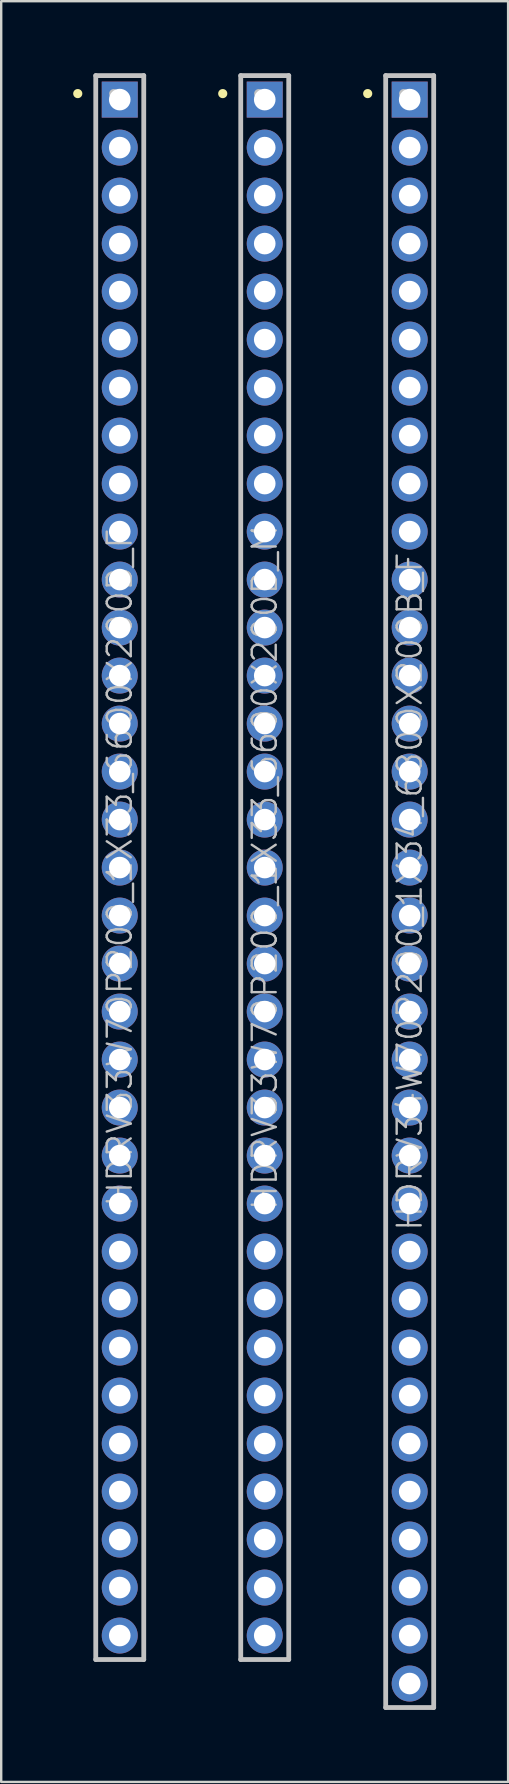
<source format=kicad_pcb>
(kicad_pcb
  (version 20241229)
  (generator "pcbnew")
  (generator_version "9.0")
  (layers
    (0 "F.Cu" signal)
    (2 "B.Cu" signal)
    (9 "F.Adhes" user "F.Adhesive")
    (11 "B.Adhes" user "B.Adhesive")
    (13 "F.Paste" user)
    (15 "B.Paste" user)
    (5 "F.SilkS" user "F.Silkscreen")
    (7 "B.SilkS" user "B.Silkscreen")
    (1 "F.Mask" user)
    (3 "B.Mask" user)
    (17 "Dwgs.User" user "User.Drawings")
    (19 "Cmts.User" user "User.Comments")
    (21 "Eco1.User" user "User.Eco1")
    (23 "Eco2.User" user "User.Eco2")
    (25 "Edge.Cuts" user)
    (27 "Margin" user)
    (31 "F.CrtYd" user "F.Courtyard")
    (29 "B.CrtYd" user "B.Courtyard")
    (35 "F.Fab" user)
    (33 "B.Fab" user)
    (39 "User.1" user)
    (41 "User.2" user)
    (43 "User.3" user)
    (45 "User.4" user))
  (footprint "HDRV33W70P200_1X33_6600X200B_M"
    (layer "F.Cu")
    (at 7.981 33.1)
    (property "Reference" "HDRV33W70P200_1X33_6600X200B_M" (at 0 0 90) (layer "Dwgs.User") (effects (font (size 1 1) (thickness 0.1))))
    (attr through_hole)
    (fp_line (start -1.75 -32.25) (end -1.75 -32.25) (stroke (width 0.381) (type solid)) (layer "F.SilkS"))
    (fp_line (start -1 -33) (end -1 33) (stroke (width 0.2) (type solid)) (layer "Dwgs.User"))
    (fp_line (start -1 -33) (end 1 -33) (stroke (width 0.2) (type solid)) (layer "Dwgs.User"))
    (fp_line (start -1 33) (end 1 33) (stroke (width 0.2) (type solid)) (layer "Dwgs.User"))
    (fp_line (start -0.25 -32.25) (end -0.25 -32.25) (stroke (width 0.381) (type solid)) (layer "Dwgs.User"))
    (fp_line (start 1 -33) (end 1 33) (stroke (width 0.2) (type solid)) (layer "Dwgs.User"))
    (pad "1" thru_hole rect (at 0 -32) (size 1.5 1.5) (drill 0.9) (layers "*.Cu" "*.Mask"))
    (pad "2" thru_hole circle (at 0 -30 270) (size 1.5 1.5) (drill 0.9) (layers "*.Cu" "*.Mask"))
    (pad "3" thru_hole circle (at 0 -28 270) (size 1.5 1.5) (drill 0.9) (layers "*.Cu" "*.Mask"))
    (pad "4" thru_hole circle (at 0 -26 270) (size 1.5 1.5) (drill 0.9) (layers "*.Cu" "*.Mask"))
    (pad "5" thru_hole circle (at 0 -24 270) (size 1.5 1.5) (drill 0.9) (layers "*.Cu" "*.Mask"))
    (pad "6" thru_hole circle (at 0 -22 270) (size 1.5 1.5) (drill 0.9) (layers "*.Cu" "*.Mask"))
    (pad "7" thru_hole circle (at 0 -20 270) (size 1.5 1.5) (drill 0.9) (layers "*.Cu" "*.Mask"))
    (pad "8" thru_hole circle (at 0 -18 270) (size 1.5 1.5) (drill 0.9) (layers "*.Cu" "*.Mask"))
    (pad "9" thru_hole circle (at 0 -16 270) (size 1.5 1.5) (drill 0.9) (layers "*.Cu" "*.Mask"))
    (pad "10" thru_hole circle (at 0 -14 270) (size 1.5 1.5) (drill 0.9) (layers "*.Cu" "*.Mask"))
    (pad "11" thru_hole circle (at 0 -12 270) (size 1.5 1.5) (drill 0.9) (layers "*.Cu" "*.Mask"))
    (pad "12" thru_hole circle (at 0 -10 270) (size 1.5 1.5) (drill 0.9) (layers "*.Cu" "*.Mask"))
    (pad "13" thru_hole circle (at 0 -8 270) (size 1.5 1.5) (drill 0.9) (layers "*.Cu" "*.Mask"))
    (pad "14" thru_hole circle (at 0 -6 270) (size 1.5 1.5) (drill 0.9) (layers "*.Cu" "*.Mask"))
    (pad "15" thru_hole circle (at 0 -4 270) (size 1.5 1.5) (drill 0.9) (layers "*.Cu" "*.Mask"))
    (pad "16" thru_hole circle (at 0 -2 270) (size 1.5 1.5) (drill 0.9) (layers "*.Cu" "*.Mask"))
    (pad "17" thru_hole circle (at 0 0 270) (size 1.5 1.5) (drill 0.9) (layers "*.Cu" "*.Mask"))
    (pad "18" thru_hole circle (at 0 2 270) (size 1.5 1.5) (drill 0.9) (layers "*.Cu" "*.Mask"))
    (pad "19" thru_hole circle (at 0 4 270) (size 1.5 1.5) (drill 0.9) (layers "*.Cu" "*.Mask"))
    (pad "20" thru_hole circle (at 0 6 270) (size 1.5 1.5) (drill 0.9) (layers "*.Cu" "*.Mask"))
    (pad "21" thru_hole circle (at 0 8 270) (size 1.5 1.5) (drill 0.9) (layers "*.Cu" "*.Mask"))
    (pad "22" thru_hole circle (at 0 10 270) (size 1.5 1.5) (drill 0.9) (layers "*.Cu" "*.Mask"))
    (pad "23" thru_hole circle (at 0 12 270) (size 1.5 1.5) (drill 0.9) (layers "*.Cu" "*.Mask"))
    (pad "24" thru_hole circle (at 0 14 270) (size 1.5 1.5) (drill 0.9) (layers "*.Cu" "*.Mask"))
    (pad "25" thru_hole circle (at 0 16 270) (size 1.5 1.5) (drill 0.9) (layers "*.Cu" "*.Mask"))
    (pad "26" thru_hole circle (at 0 18 270) (size 1.5 1.5) (drill 0.9) (layers "*.Cu" "*.Mask"))
    (pad "27" thru_hole circle (at 0 20 270) (size 1.5 1.5) (drill 0.9) (layers "*.Cu" "*.Mask"))
    (pad "28" thru_hole circle (at 0 22 270) (size 1.5 1.5) (drill 0.9) (layers "*.Cu" "*.Mask"))
    (pad "29" thru_hole circle (at 0 24 270) (size 1.5 1.5) (drill 0.9) (layers "*.Cu" "*.Mask"))
    (pad "30" thru_hole circle (at 0 26 270) (size 1.5 1.5) (drill 0.9) (layers "*.Cu" "*.Mask"))
    (pad "31" thru_hole circle (at 0 28 270) (size 1.5 1.5) (drill 0.9) (layers "*.Cu" "*.Mask"))
    (pad "32" thru_hole circle (at 0 30 270) (size 1.5 1.5) (drill 0.9) (layers "*.Cu" "*.Mask"))
    (pad "33" thru_hole circle (at 0 32 270) (size 1.5 1.5) (drill 0.9) (layers "*.Cu" "*.Mask")))
  (footprint "HDRV34W70P200_1X34_6800X200B_F"
    (layer "F.Cu")
    (at 14.021 34.1)
    (property "Reference" "HDRV34W70P200_1X34_6800X200B_F" (at 0 0 90) (layer "Dwgs.User") (effects (font (size 1 1) (thickness 0.1))))
    (attr through_hole)
    (fp_line (start -1.75 -33.25) (end -1.75 -33.25) (stroke (width 0.381) (type solid)) (layer "F.SilkS"))
    (fp_line (start -1 -34) (end -1 34) (stroke (width 0.2) (type solid)) (layer "Dwgs.User"))
    (fp_line (start -1 -34) (end 1 -34) (stroke (width 0.2) (type solid)) (layer "Dwgs.User"))
    (fp_line (start -1 34) (end 1 34) (stroke (width 0.2) (type solid)) (layer "Dwgs.User"))
    (fp_line (start -0.25 -33.25) (end -0.25 -33.25) (stroke (width 0.381) (type solid)) (layer "Dwgs.User"))
    (fp_line (start 1 -34) (end 1 34) (stroke (width 0.2) (type solid)) (layer "Dwgs.User"))
    (pad "1" thru_hole rect (at 0 -33) (size 1.5 1.5) (drill 0.9) (layers "*.Cu" "*.Mask"))
    (pad "2" thru_hole circle (at 0 -31 270) (size 1.5 1.5) (drill 0.9) (layers "*.Cu" "*.Mask"))
    (pad "3" thru_hole circle (at 0 -29 270) (size 1.5 1.5) (drill 0.9) (layers "*.Cu" "*.Mask"))
    (pad "4" thru_hole circle (at 0 -27 270) (size 1.5 1.5) (drill 0.9) (layers "*.Cu" "*.Mask"))
    (pad "5" thru_hole circle (at 0 -25 270) (size 1.5 1.5) (drill 0.9) (layers "*.Cu" "*.Mask"))
    (pad "6" thru_hole circle (at 0 -23 270) (size 1.5 1.5) (drill 0.9) (layers "*.Cu" "*.Mask"))
    (pad "7" thru_hole circle (at 0 -21 270) (size 1.5 1.5) (drill 0.9) (layers "*.Cu" "*.Mask"))
    (pad "8" thru_hole circle (at 0 -19 270) (size 1.5 1.5) (drill 0.9) (layers "*.Cu" "*.Mask"))
    (pad "9" thru_hole circle (at 0 -17 270) (size 1.5 1.5) (drill 0.9) (layers "*.Cu" "*.Mask"))
    (pad "10" thru_hole circle (at 0 -15 270) (size 1.5 1.5) (drill 0.9) (layers "*.Cu" "*.Mask"))
    (pad "11" thru_hole circle (at 0 -13 270) (size 1.5 1.5) (drill 0.9) (layers "*.Cu" "*.Mask"))
    (pad "12" thru_hole circle (at 0 -11 270) (size 1.5 1.5) (drill 0.9) (layers "*.Cu" "*.Mask"))
    (pad "13" thru_hole circle (at 0 -9 270) (size 1.5 1.5) (drill 0.9) (layers "*.Cu" "*.Mask"))
    (pad "14" thru_hole circle (at 0 -7 270) (size 1.5 1.5) (drill 0.9) (layers "*.Cu" "*.Mask"))
    (pad "15" thru_hole circle (at 0 -5 270) (size 1.5 1.5) (drill 0.9) (layers "*.Cu" "*.Mask"))
    (pad "16" thru_hole circle (at 0 -3 270) (size 1.5 1.5) (drill 0.9) (layers "*.Cu" "*.Mask"))
    (pad "17" thru_hole circle (at 0 -1 270) (size 1.5 1.5) (drill 0.9) (layers "*.Cu" "*.Mask"))
    (pad "18" thru_hole circle (at 0 1 270) (size 1.5 1.5) (drill 0.9) (layers "*.Cu" "*.Mask"))
    (pad "19" thru_hole circle (at 0 3 270) (size 1.5 1.5) (drill 0.9) (layers "*.Cu" "*.Mask"))
    (pad "20" thru_hole circle (at 0 5 270) (size 1.5 1.5) (drill 0.9) (layers "*.Cu" "*.Mask"))
    (pad "21" thru_hole circle (at 0 7 270) (size 1.5 1.5) (drill 0.9) (layers "*.Cu" "*.Mask"))
    (pad "22" thru_hole circle (at 0 9 270) (size 1.5 1.5) (drill 0.9) (layers "*.Cu" "*.Mask"))
    (pad "23" thru_hole circle (at 0 11 270) (size 1.5 1.5) (drill 0.9) (layers "*.Cu" "*.Mask"))
    (pad "24" thru_hole circle (at 0 13 270) (size 1.5 1.5) (drill 0.9) (layers "*.Cu" "*.Mask"))
    (pad "25" thru_hole circle (at 0 15 270) (size 1.5 1.5) (drill 0.9) (layers "*.Cu" "*.Mask"))
    (pad "26" thru_hole circle (at 0 17 270) (size 1.5 1.5) (drill 0.9) (layers "*.Cu" "*.Mask"))
    (pad "27" thru_hole circle (at 0 19 270) (size 1.5 1.5) (drill 0.9) (layers "*.Cu" "*.Mask"))
    (pad "28" thru_hole circle (at 0 21 270) (size 1.5 1.5) (drill 0.9) (layers "*.Cu" "*.Mask"))
    (pad "29" thru_hole circle (at 0 23 270) (size 1.5 1.5) (drill 0.9) (layers "*.Cu" "*.Mask"))
    (pad "30" thru_hole circle (at 0 25 270) (size 1.5 1.5) (drill 0.9) (layers "*.Cu" "*.Mask"))
    (pad "31" thru_hole circle (at 0 27 270) (size 1.5 1.5) (drill 0.9) (layers "*.Cu" "*.Mask"))
    (pad "32" thru_hole circle (at 0 29 270) (size 1.5 1.5) (drill 0.9) (layers "*.Cu" "*.Mask"))
    (pad "33" thru_hole circle (at 0 31 270) (size 1.5 1.5) (drill 0.9) (layers "*.Cu" "*.Mask"))
    (pad "34" thru_hole circle (at 0 33 270) (size 1.5 1.5) (drill 0.9) (layers "*.Cu" "*.Mask")))
  (footprint "HDRV33W70P200_1X33_6600X200B_F"
    (layer "F.Cu")
    (at 1.94 33.1)
    (property "Reference" "HDRV33W70P200_1X33_6600X200B_F" (at 0 0 90) (layer "Dwgs.User") (effects (font (size 1 1) (thickness 0.1))))
    (attr through_hole)
    (fp_line (start -1.75 -32.25) (end -1.75 -32.25) (stroke (width 0.381) (type solid)) (layer "F.SilkS"))
    (fp_line (start -1 -33) (end -1 33) (stroke (width 0.2) (type solid)) (layer "Dwgs.User"))
    (fp_line (start -1 -33) (end 1 -33) (stroke (width 0.2) (type solid)) (layer "Dwgs.User"))
    (fp_line (start -1 33) (end 1 33) (stroke (width 0.2) (type solid)) (layer "Dwgs.User"))
    (fp_line (start -0.25 -32.25) (end -0.25 -32.25) (stroke (width 0.381) (type solid)) (layer "Dwgs.User"))
    (fp_line (start 1 -33) (end 1 33) (stroke (width 0.2) (type solid)) (layer "Dwgs.User"))
    (pad "1" thru_hole rect (at 0 -32) (size 1.5 1.5) (drill 0.9) (layers "*.Cu" "*.Mask"))
    (pad "2" thru_hole circle (at 0 -30 270) (size 1.5 1.5) (drill 0.9) (layers "*.Cu" "*.Mask"))
    (pad "3" thru_hole circle (at 0 -28 270) (size 1.5 1.5) (drill 0.9) (layers "*.Cu" "*.Mask"))
    (pad "4" thru_hole circle (at 0 -26 270) (size 1.5 1.5) (drill 0.9) (layers "*.Cu" "*.Mask"))
    (pad "5" thru_hole circle (at 0 -24 270) (size 1.5 1.5) (drill 0.9) (layers "*.Cu" "*.Mask"))
    (pad "6" thru_hole circle (at 0 -22 270) (size 1.5 1.5) (drill 0.9) (layers "*.Cu" "*.Mask"))
    (pad "7" thru_hole circle (at 0 -20 270) (size 1.5 1.5) (drill 0.9) (layers "*.Cu" "*.Mask"))
    (pad "8" thru_hole circle (at 0 -18 270) (size 1.5 1.5) (drill 0.9) (layers "*.Cu" "*.Mask"))
    (pad "9" thru_hole circle (at 0 -16 270) (size 1.5 1.5) (drill 0.9) (layers "*.Cu" "*.Mask"))
    (pad "10" thru_hole circle (at 0 -14 270) (size 1.5 1.5) (drill 0.9) (layers "*.Cu" "*.Mask"))
    (pad "11" thru_hole circle (at 0 -12 270) (size 1.5 1.5) (drill 0.9) (layers "*.Cu" "*.Mask"))
    (pad "12" thru_hole circle (at 0 -10 270) (size 1.5 1.5) (drill 0.9) (layers "*.Cu" "*.Mask"))
    (pad "13" thru_hole circle (at 0 -8 270) (size 1.5 1.5) (drill 0.9) (layers "*.Cu" "*.Mask"))
    (pad "14" thru_hole circle (at 0 -6 270) (size 1.5 1.5) (drill 0.9) (layers "*.Cu" "*.Mask"))
    (pad "15" thru_hole circle (at 0 -4 270) (size 1.5 1.5) (drill 0.9) (layers "*.Cu" "*.Mask"))
    (pad "16" thru_hole circle (at 0 -2 270) (size 1.5 1.5) (drill 0.9) (layers "*.Cu" "*.Mask"))
    (pad "17" thru_hole circle (at 0 0 270) (size 1.5 1.5) (drill 0.9) (layers "*.Cu" "*.Mask"))
    (pad "18" thru_hole circle (at 0 2 270) (size 1.5 1.5) (drill 0.9) (layers "*.Cu" "*.Mask"))
    (pad "19" thru_hole circle (at 0 4 270) (size 1.5 1.5) (drill 0.9) (layers "*.Cu" "*.Mask"))
    (pad "20" thru_hole circle (at 0 6 270) (size 1.5 1.5) (drill 0.9) (layers "*.Cu" "*.Mask"))
    (pad "21" thru_hole circle (at 0 8 270) (size 1.5 1.5) (drill 0.9) (layers "*.Cu" "*.Mask"))
    (pad "22" thru_hole circle (at 0 10 270) (size 1.5 1.5) (drill 0.9) (layers "*.Cu" "*.Mask"))
    (pad "23" thru_hole circle (at 0 12 270) (size 1.5 1.5) (drill 0.9) (layers "*.Cu" "*.Mask"))
    (pad "24" thru_hole circle (at 0 14 270) (size 1.5 1.5) (drill 0.9) (layers "*.Cu" "*.Mask"))
    (pad "25" thru_hole circle (at 0 16 270) (size 1.5 1.5) (drill 0.9) (layers "*.Cu" "*.Mask"))
    (pad "26" thru_hole circle (at 0 18 270) (size 1.5 1.5) (drill 0.9) (layers "*.Cu" "*.Mask"))
    (pad "27" thru_hole circle (at 0 20 270) (size 1.5 1.5) (drill 0.9) (layers "*.Cu" "*.Mask"))
    (pad "28" thru_hole circle (at 0 22 270) (size 1.5 1.5) (drill 0.9) (layers "*.Cu" "*.Mask"))
    (pad "29" thru_hole circle (at 0 24 270) (size 1.5 1.5) (drill 0.9) (layers "*.Cu" "*.Mask"))
    (pad "30" thru_hole circle (at 0 26 270) (size 1.5 1.5) (drill 0.9) (layers "*.Cu" "*.Mask"))
    (pad "31" thru_hole circle (at 0 28 270) (size 1.5 1.5) (drill 0.9) (layers "*.Cu" "*.Mask"))
    (pad "32" thru_hole circle (at 0 30 270) (size 1.5 1.5) (drill 0.9) (layers "*.Cu" "*.Mask"))
    (pad "33" thru_hole circle (at 0 32 270) (size 1.5 1.5) (drill 0.9) (layers "*.Cu" "*.Mask")))
  (gr_rect
    (start -3 -3)
    (end 18.122 71.2)
    (stroke (width 0.1) (type default))
    (fill no)
    (layer "Edge.Cuts")))
</source>
